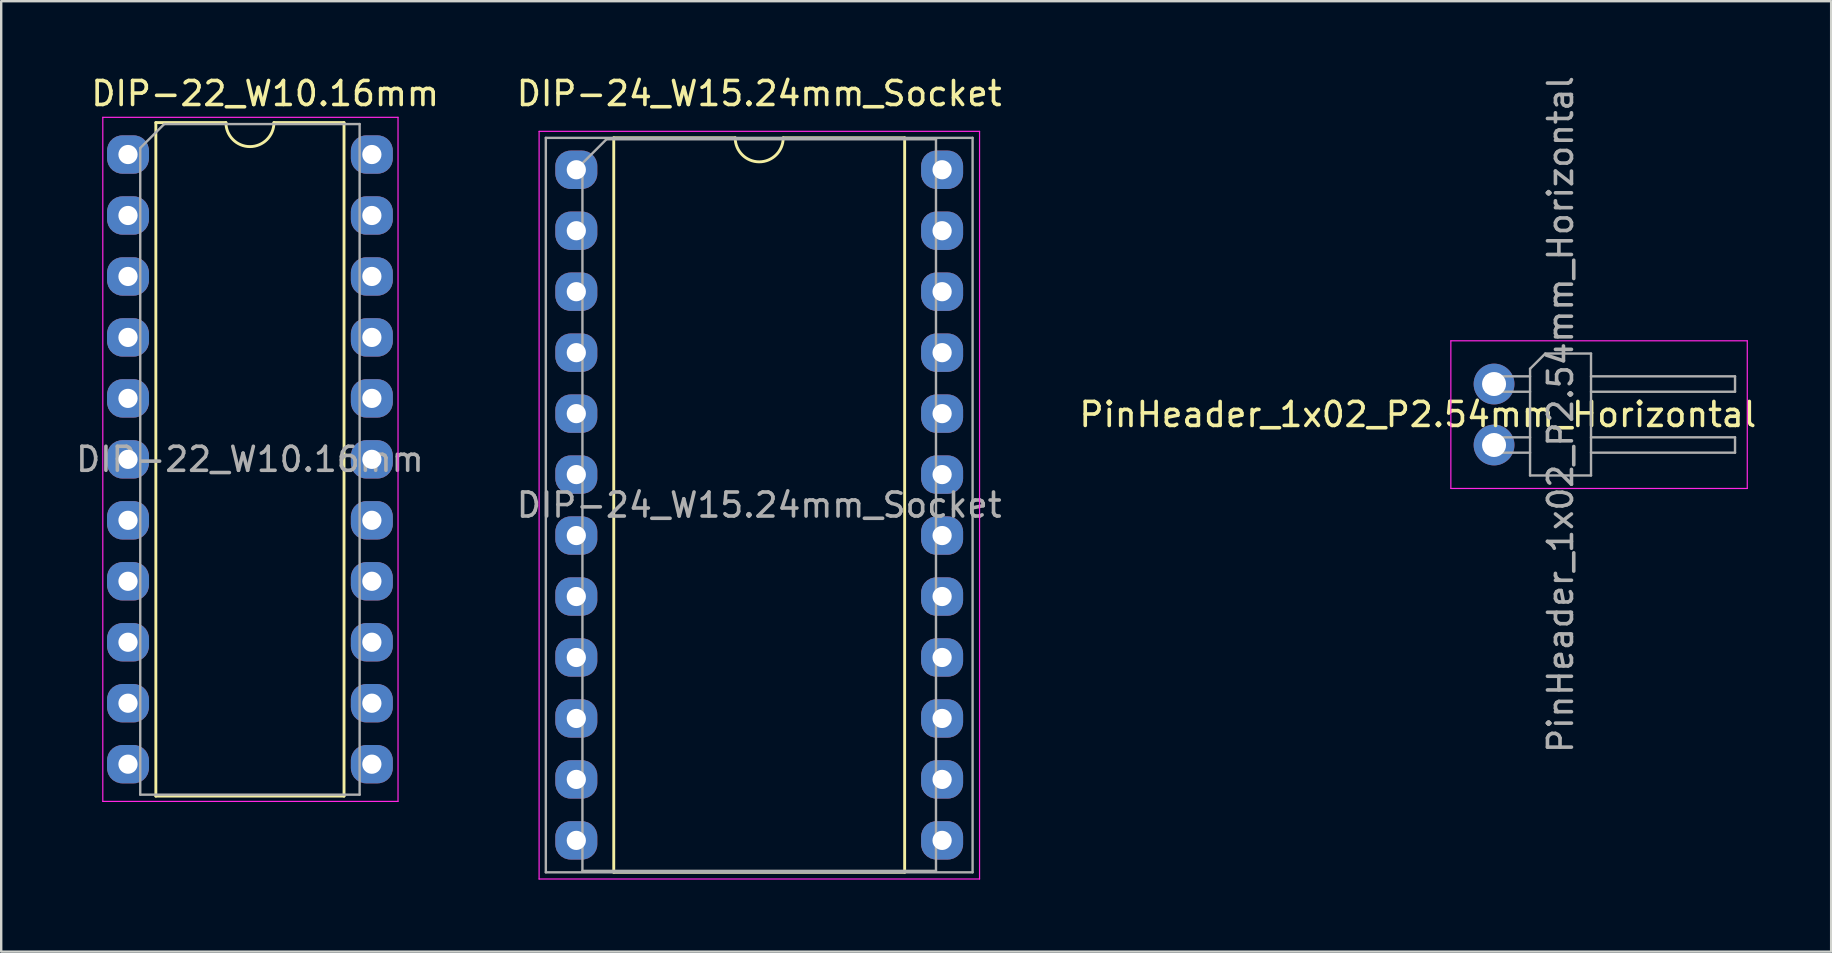
<source format=kicad_pcb>
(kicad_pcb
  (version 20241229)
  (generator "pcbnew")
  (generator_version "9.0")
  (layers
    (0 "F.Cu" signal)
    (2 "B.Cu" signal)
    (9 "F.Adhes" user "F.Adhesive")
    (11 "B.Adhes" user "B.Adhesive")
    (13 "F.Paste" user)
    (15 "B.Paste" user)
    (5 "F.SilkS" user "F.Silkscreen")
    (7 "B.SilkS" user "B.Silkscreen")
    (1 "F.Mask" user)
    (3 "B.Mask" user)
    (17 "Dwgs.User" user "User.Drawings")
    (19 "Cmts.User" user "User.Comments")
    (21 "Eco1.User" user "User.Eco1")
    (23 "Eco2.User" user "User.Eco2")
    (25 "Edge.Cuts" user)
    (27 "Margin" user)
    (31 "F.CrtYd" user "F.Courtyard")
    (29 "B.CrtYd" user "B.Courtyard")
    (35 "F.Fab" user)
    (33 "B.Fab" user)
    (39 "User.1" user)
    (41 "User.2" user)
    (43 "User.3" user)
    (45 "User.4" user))
  (footprint "PinHeader_1x02_P2.54mm_Horizontal"
    (layer "F.Cu")
    (at 59.197 12.95)
    (property "Reference" "PinHeader_1x02_P2.54mm_Horizontal" (at -3.175 1.27 180) (layer "F.SilkS") (effects (font (size 1 1) (thickness 0.15))))
    (attr through_hole)
    (fp_line (start -1.8 -1.8) (end -1.8 4.35) (stroke (width 0.05) (type solid)) (layer "F.CrtYd"))
    (fp_line (start -1.8 4.35) (end 10.55 4.35) (stroke (width 0.05) (type solid)) (layer "F.CrtYd"))
    (fp_line (start 10.55 -1.8) (end -1.8 -1.8) (stroke (width 0.05) (type solid)) (layer "F.CrtYd"))
    (fp_line (start 10.55 4.35) (end 10.55 -1.8) (stroke (width 0.05) (type solid)) (layer "F.CrtYd"))
    (fp_line (start -0.32 -0.32) (end -0.32 0.32) (stroke (width 0.1) (type solid)) (layer "F.Fab"))
    (fp_line (start -0.32 -0.32) (end 1.5 -0.32) (stroke (width 0.1) (type solid)) (layer "F.Fab"))
    (fp_line (start -0.32 0.32) (end 1.5 0.32) (stroke (width 0.1) (type solid)) (layer "F.Fab"))
    (fp_line (start -0.32 2.22) (end -0.32 2.86) (stroke (width 0.1) (type solid)) (layer "F.Fab"))
    (fp_line (start -0.32 2.22) (end 1.5 2.22) (stroke (width 0.1) (type solid)) (layer "F.Fab"))
    (fp_line (start -0.32 2.86) (end 1.5 2.86) (stroke (width 0.1) (type solid)) (layer "F.Fab"))
    (fp_line (start 1.5 -0.635) (end 2.135 -1.27) (stroke (width 0.1) (type solid)) (layer "F.Fab"))
    (fp_line (start 1.5 3.81) (end 1.5 -0.635) (stroke (width 0.1) (type solid)) (layer "F.Fab"))
    (fp_line (start 2.135 -1.27) (end 4.04 -1.27) (stroke (width 0.1) (type solid)) (layer "F.Fab"))
    (fp_line (start 4.04 -1.27) (end 4.04 3.81) (stroke (width 0.1) (type solid)) (layer "F.Fab"))
    (fp_line (start 4.04 -0.32) (end 10.04 -0.32) (stroke (width 0.1) (type solid)) (layer "F.Fab"))
    (fp_line (start 4.04 0.32) (end 10.04 0.32) (stroke (width 0.1) (type solid)) (layer "F.Fab"))
    (fp_line (start 4.04 2.22) (end 10.04 2.22) (stroke (width 0.1) (type solid)) (layer "F.Fab"))
    (fp_line (start 4.04 2.86) (end 10.04 2.86) (stroke (width 0.1) (type solid)) (layer "F.Fab"))
    (fp_line (start 4.04 3.81) (end 1.5 3.81) (stroke (width 0.1) (type solid)) (layer "F.Fab"))
    (fp_line (start 10.04 -0.32) (end 10.04 0.32) (stroke (width 0.1) (type solid)) (layer "F.Fab"))
    (fp_line (start 10.04 2.22) (end 10.04 2.86) (stroke (width 0.1) (type solid)) (layer "F.Fab"))
    (fp_text user "${REFERENCE}" (at 2.77 1.27 270) (layer "F.Fab") (effects (font (size 1 1) (thickness 0.15))))
    (pad "1" thru_hole circle (at 0 0) (size 1.7 1.7) (drill 1) (layers "*.Cu" "*.Mask"))
    (pad "2" thru_hole oval (at 0 2.54) (size 1.7 1.7) (drill 1) (layers "*.Cu" "*.Mask")))
  (footprint "DIP-22_W10.16mm"
    (layer "F.Cu")
    (at 2.283 3.388)
    (property "Reference" "DIP-22_W10.16mm" (at 5.715 -2.54 180) (layer "F.SilkS") (effects (font (size 1 1) (thickness 0.15))))
    (attr through_hole)
    (fp_line (start 1.16 -1.33) (end 1.16 26.73) (stroke (width 0.12) (type solid)) (layer "F.SilkS"))
    (fp_line (start 1.16 26.73) (end 9 26.73) (stroke (width 0.12) (type solid)) (layer "F.SilkS"))
    (fp_line (start 4.08 -1.33) (end 1.16 -1.33) (stroke (width 0.12) (type solid)) (layer "F.SilkS"))
    (fp_line (start 9 -1.33) (end 6.08 -1.33) (stroke (width 0.12) (type solid)) (layer "F.SilkS"))
    (fp_line (start 9 26.73) (end 9 -1.33) (stroke (width 0.12) (type solid)) (layer "F.SilkS"))
    (fp_arc (start 6.08 -1.33) (mid 5.08 -0.33) (end 4.08 -1.33) (stroke (width 0.12) (type solid)) (layer "F.SilkS"))
    (fp_line (start -1.05 -1.55) (end -1.05 26.95) (stroke (width 0.05) (type solid)) (layer "F.CrtYd"))
    (fp_line (start -1.05 26.95) (end 11.25 26.95) (stroke (width 0.05) (type solid)) (layer "F.CrtYd"))
    (fp_line (start 11.25 -1.55) (end -1.05 -1.55) (stroke (width 0.05) (type solid)) (layer "F.CrtYd"))
    (fp_line (start 11.25 26.95) (end 11.25 -1.55) (stroke (width 0.05) (type solid)) (layer "F.CrtYd"))
    (fp_line (start 0.51 -0.27) (end 1.51 -1.27) (stroke (width 0.1) (type solid)) (layer "F.Fab"))
    (fp_line (start 0.51 26.67) (end 0.51 -0.27) (stroke (width 0.1) (type solid)) (layer "F.Fab"))
    (fp_line (start 1.51 -1.27) (end 9.65 -1.27) (stroke (width 0.1) (type solid)) (layer "F.Fab"))
    (fp_line (start 9.65 -1.27) (end 9.65 26.67) (stroke (width 0.1) (type solid)) (layer "F.Fab"))
    (fp_line (start 9.65 26.67) (end 0.51 26.67) (stroke (width 0.1) (type solid)) (layer "F.Fab"))
    (fp_text user "${REFERENCE}" (at 5.08 12.7 0) (layer "F.Fab") (effects (font (size 1 1) (thickness 0.15))))
    (pad "1" thru_hole roundrect (at 0 0) (size 1.75 1.6) (drill 0.8) (layers "*.Cu" "*.Mask") (roundrect_rratio 0.4))
    (pad "2" thru_hole roundrect (at 0 2.54) (size 1.75 1.6) (drill 0.8) (layers "*.Cu" "*.Mask") (roundrect_rratio 0.4))
    (pad "3" thru_hole roundrect (at 0 5.08) (size 1.75 1.6) (drill 0.8) (layers "*.Cu" "*.Mask") (roundrect_rratio 0.4))
    (pad "4" thru_hole roundrect (at 0 7.62) (size 1.75 1.6) (drill 0.8) (layers "*.Cu" "*.Mask") (roundrect_rratio 0.4))
    (pad "5" thru_hole roundrect (at 0 10.16) (size 1.75 1.6) (drill 0.8) (layers "*.Cu" "*.Mask") (roundrect_rratio 0.4))
    (pad "6" thru_hole roundrect (at 0 12.7) (size 1.75 1.6) (drill 0.8) (layers "*.Cu" "*.Mask") (roundrect_rratio 0.4))
    (pad "7" thru_hole roundrect (at 0 15.24) (size 1.75 1.6) (drill 0.8) (layers "*.Cu" "*.Mask") (roundrect_rratio 0.4))
    (pad "8" thru_hole roundrect (at 0 17.78) (size 1.75 1.6) (drill 0.8) (layers "*.Cu" "*.Mask") (roundrect_rratio 0.4))
    (pad "9" thru_hole roundrect (at 0 20.32) (size 1.75 1.6) (drill 0.8) (layers "*.Cu" "*.Mask") (roundrect_rratio 0.4))
    (pad "10" thru_hole roundrect (at 0 22.86) (size 1.75 1.6) (drill 0.8) (layers "*.Cu" "*.Mask") (roundrect_rratio 0.4))
    (pad "11" thru_hole roundrect (at 0 25.4) (size 1.75 1.6) (drill 0.8) (layers "*.Cu" "*.Mask") (roundrect_rratio 0.4))
    (pad "12" thru_hole roundrect (at 10.16 25.4) (size 1.75 1.6) (drill 0.8) (layers "*.Cu" "*.Mask") (roundrect_rratio 0.4))
    (pad "13" thru_hole roundrect (at 10.16 22.86) (size 1.75 1.6) (drill 0.8) (layers "*.Cu" "*.Mask") (roundrect_rratio 0.4))
    (pad "14" thru_hole roundrect (at 10.16 20.32) (size 1.75 1.6) (drill 0.8) (layers "*.Cu" "*.Mask") (roundrect_rratio 0.4))
    (pad "15" thru_hole roundrect (at 10.16 17.78) (size 1.75 1.6) (drill 0.8) (layers "*.Cu" "*.Mask") (roundrect_rratio 0.4))
    (pad "16" thru_hole roundrect (at 10.16 15.24) (size 1.75 1.6) (drill 0.8) (layers "*.Cu" "*.Mask") (roundrect_rratio 0.4))
    (pad "17" thru_hole roundrect (at 10.16 12.7) (size 1.75 1.6) (drill 0.8) (layers "*.Cu" "*.Mask") (roundrect_rratio 0.4))
    (pad "18" thru_hole roundrect (at 10.16 10.16) (size 1.75 1.6) (drill 0.8) (layers "*.Cu" "*.Mask") (roundrect_rratio 0.4))
    (pad "19" thru_hole roundrect (at 10.16 7.62) (size 1.75 1.6) (drill 0.8) (layers "*.Cu" "*.Mask") (roundrect_rratio 0.4))
    (pad "20" thru_hole roundrect (at 10.16 5.08) (size 1.75 1.6) (drill 0.8) (layers "*.Cu" "*.Mask") (roundrect_rratio 0.4))
    (pad "21" thru_hole roundrect (at 10.16 2.54) (size 1.75 1.6) (drill 0.8) (layers "*.Cu" "*.Mask") (roundrect_rratio 0.4))
    (pad "22" thru_hole roundrect (at 10.16 0) (size 1.75 1.6) (drill 0.8) (layers "*.Cu" "*.Mask") (roundrect_rratio 0.4)))
  (footprint "DIP-24_W15.24mm_Socket"
    (layer "F.Cu")
    (at 20.961 4.023)
    (property "Reference" "DIP-24_W15.24mm_Socket" (at 7.62 -3.175 0) (layer "F.SilkS") (effects (font (size 1 1) (thickness 0.15))))
    (attr through_hole)
    (fp_line (start 1.56 -1.33) (end 1.56 29.27) (stroke (width 0.12) (type solid)) (layer "F.SilkS"))
    (fp_line (start 1.56 29.27) (end 13.68 29.27) (stroke (width 0.12) (type solid)) (layer "F.SilkS"))
    (fp_line (start 6.62 -1.33) (end 1.56 -1.33) (stroke (width 0.12) (type solid)) (layer "F.SilkS"))
    (fp_line (start 13.68 -1.33) (end 8.62 -1.33) (stroke (width 0.12) (type solid)) (layer "F.SilkS"))
    (fp_line (start 13.68 29.27) (end 13.68 -1.33) (stroke (width 0.12) (type solid)) (layer "F.SilkS"))
    (fp_arc (start 8.62 -1.33) (mid 7.62 -0.33) (end 6.62 -1.33) (stroke (width 0.12) (type solid)) (layer "F.SilkS"))
    (fp_line (start -1.55 -1.6) (end -1.55 29.55) (stroke (width 0.05) (type solid)) (layer "F.CrtYd"))
    (fp_line (start -1.55 29.55) (end 16.8 29.55) (stroke (width 0.05) (type solid)) (layer "F.CrtYd"))
    (fp_line (start 16.8 -1.6) (end -1.55 -1.6) (stroke (width 0.05) (type solid)) (layer "F.CrtYd"))
    (fp_line (start 16.8 29.55) (end 16.8 -1.6) (stroke (width 0.05) (type solid)) (layer "F.CrtYd"))
    (fp_line (start -1.27 -1.33) (end -1.27 29.27) (stroke (width 0.1) (type solid)) (layer "F.Fab"))
    (fp_line (start -1.27 29.27) (end 16.51 29.27) (stroke (width 0.1) (type solid)) (layer "F.Fab"))
    (fp_line (start 0.255 -0.27) (end 1.255 -1.27) (stroke (width 0.1) (type solid)) (layer "F.Fab"))
    (fp_line (start 0.255 29.21) (end 0.255 -0.27) (stroke (width 0.1) (type solid)) (layer "F.Fab"))
    (fp_line (start 1.255 -1.27) (end 14.985 -1.27) (stroke (width 0.1) (type solid)) (layer "F.Fab"))
    (fp_line (start 14.985 -1.27) (end 14.985 29.21) (stroke (width 0.1) (type solid)) (layer "F.Fab"))
    (fp_line (start 14.985 29.21) (end 0.255 29.21) (stroke (width 0.1) (type solid)) (layer "F.Fab"))
    (fp_line (start 16.51 -1.33) (end -1.27 -1.33) (stroke (width 0.1) (type solid)) (layer "F.Fab"))
    (fp_line (start 16.51 29.27) (end 16.51 -1.33) (stroke (width 0.1) (type solid)) (layer "F.Fab"))
    (fp_text user "${REFERENCE}" (at 7.62 13.97 180) (layer "F.Fab") (effects (font (size 1 1) (thickness 0.15))))
    (pad "1" thru_hole roundrect (at 0 0) (size 1.75 1.6) (drill 0.8) (layers "*.Cu" "*.Mask") (roundrect_rratio 0.4))
    (pad "2" thru_hole roundrect (at 0 2.54) (size 1.75 1.6) (drill 0.8) (layers "*.Cu" "*.Mask") (roundrect_rratio 0.4))
    (pad "3" thru_hole roundrect (at 0 5.08) (size 1.75 1.6) (drill 0.8) (layers "*.Cu" "*.Mask") (roundrect_rratio 0.4))
    (pad "4" thru_hole roundrect (at 0 7.62) (size 1.75 1.6) (drill 0.8) (layers "*.Cu" "*.Mask") (roundrect_rratio 0.4))
    (pad "5" thru_hole roundrect (at 0 10.16) (size 1.75 1.6) (drill 0.8) (layers "*.Cu" "*.Mask") (roundrect_rratio 0.4))
    (pad "6" thru_hole roundrect (at 0 12.7) (size 1.75 1.6) (drill 0.8) (layers "*.Cu" "*.Mask") (roundrect_rratio 0.4))
    (pad "7" thru_hole roundrect (at 0 15.24) (size 1.75 1.6) (drill 0.8) (layers "*.Cu" "*.Mask") (roundrect_rratio 0.4))
    (pad "8" thru_hole roundrect (at 0 17.78) (size 1.75 1.6) (drill 0.8) (layers "*.Cu" "*.Mask") (roundrect_rratio 0.4))
    (pad "9" thru_hole roundrect (at 0 20.32) (size 1.75 1.6) (drill 0.8) (layers "*.Cu" "*.Mask") (roundrect_rratio 0.4))
    (pad "10" thru_hole roundrect (at 0 22.86) (size 1.75 1.6) (drill 0.8) (layers "*.Cu" "*.Mask") (roundrect_rratio 0.4))
    (pad "11" thru_hole roundrect (at 0 25.4) (size 1.75 1.6) (drill 0.8) (layers "*.Cu" "*.Mask") (roundrect_rratio 0.4))
    (pad "12" thru_hole roundrect (at 0 27.94) (size 1.75 1.6) (drill 0.8) (layers "*.Cu" "*.Mask") (roundrect_rratio 0.4))
    (pad "13" thru_hole roundrect (at 15.24 27.94) (size 1.75 1.6) (drill 0.8) (layers "*.Cu" "*.Mask") (roundrect_rratio 0.4))
    (pad "14" thru_hole roundrect (at 15.24 25.4) (size 1.75 1.6) (drill 0.8) (layers "*.Cu" "*.Mask") (roundrect_rratio 0.4))
    (pad "15" thru_hole roundrect (at 15.24 22.86) (size 1.75 1.6) (drill 0.8) (layers "*.Cu" "*.Mask") (roundrect_rratio 0.4))
    (pad "16" thru_hole roundrect (at 15.24 20.32) (size 1.75 1.6) (drill 0.8) (layers "*.Cu" "*.Mask") (roundrect_rratio 0.4))
    (pad "17" thru_hole roundrect (at 15.24 17.78) (size 1.75 1.6) (drill 0.8) (layers "*.Cu" "*.Mask") (roundrect_rratio 0.4))
    (pad "18" thru_hole roundrect (at 15.24 15.24) (size 1.75 1.6) (drill 0.8) (layers "*.Cu" "*.Mask") (roundrect_rratio 0.4))
    (pad "19" thru_hole roundrect (at 15.24 12.7) (size 1.75 1.6) (drill 0.8) (layers "*.Cu" "*.Mask") (roundrect_rratio 0.4))
    (pad "20" thru_hole roundrect (at 15.24 10.16) (size 1.75 1.6) (drill 0.8) (layers "*.Cu" "*.Mask") (roundrect_rratio 0.4))
    (pad "21" thru_hole roundrect (at 15.24 7.62) (size 1.75 1.6) (drill 0.8) (layers "*.Cu" "*.Mask") (roundrect_rratio 0.4))
    (pad "22" thru_hole roundrect (at 15.24 5.08) (size 1.75 1.6) (drill 0.8) (layers "*.Cu" "*.Mask") (roundrect_rratio 0.4))
    (pad "23" thru_hole roundrect (at 15.24 2.54) (size 1.75 1.6) (drill 0.8) (layers "*.Cu" "*.Mask") (roundrect_rratio 0.4))
    (pad "24" thru_hole roundrect (at 15.24 0) (size 1.75 1.6) (drill 0.8) (layers "*.Cu" "*.Mask") (roundrect_rratio 0.4)))
  (gr_rect
    (start -3 -3)
    (end 73.242 36.598)
    (stroke (width 0.1) (type default))
    (fill no)
    (layer "Edge.Cuts")))
</source>
